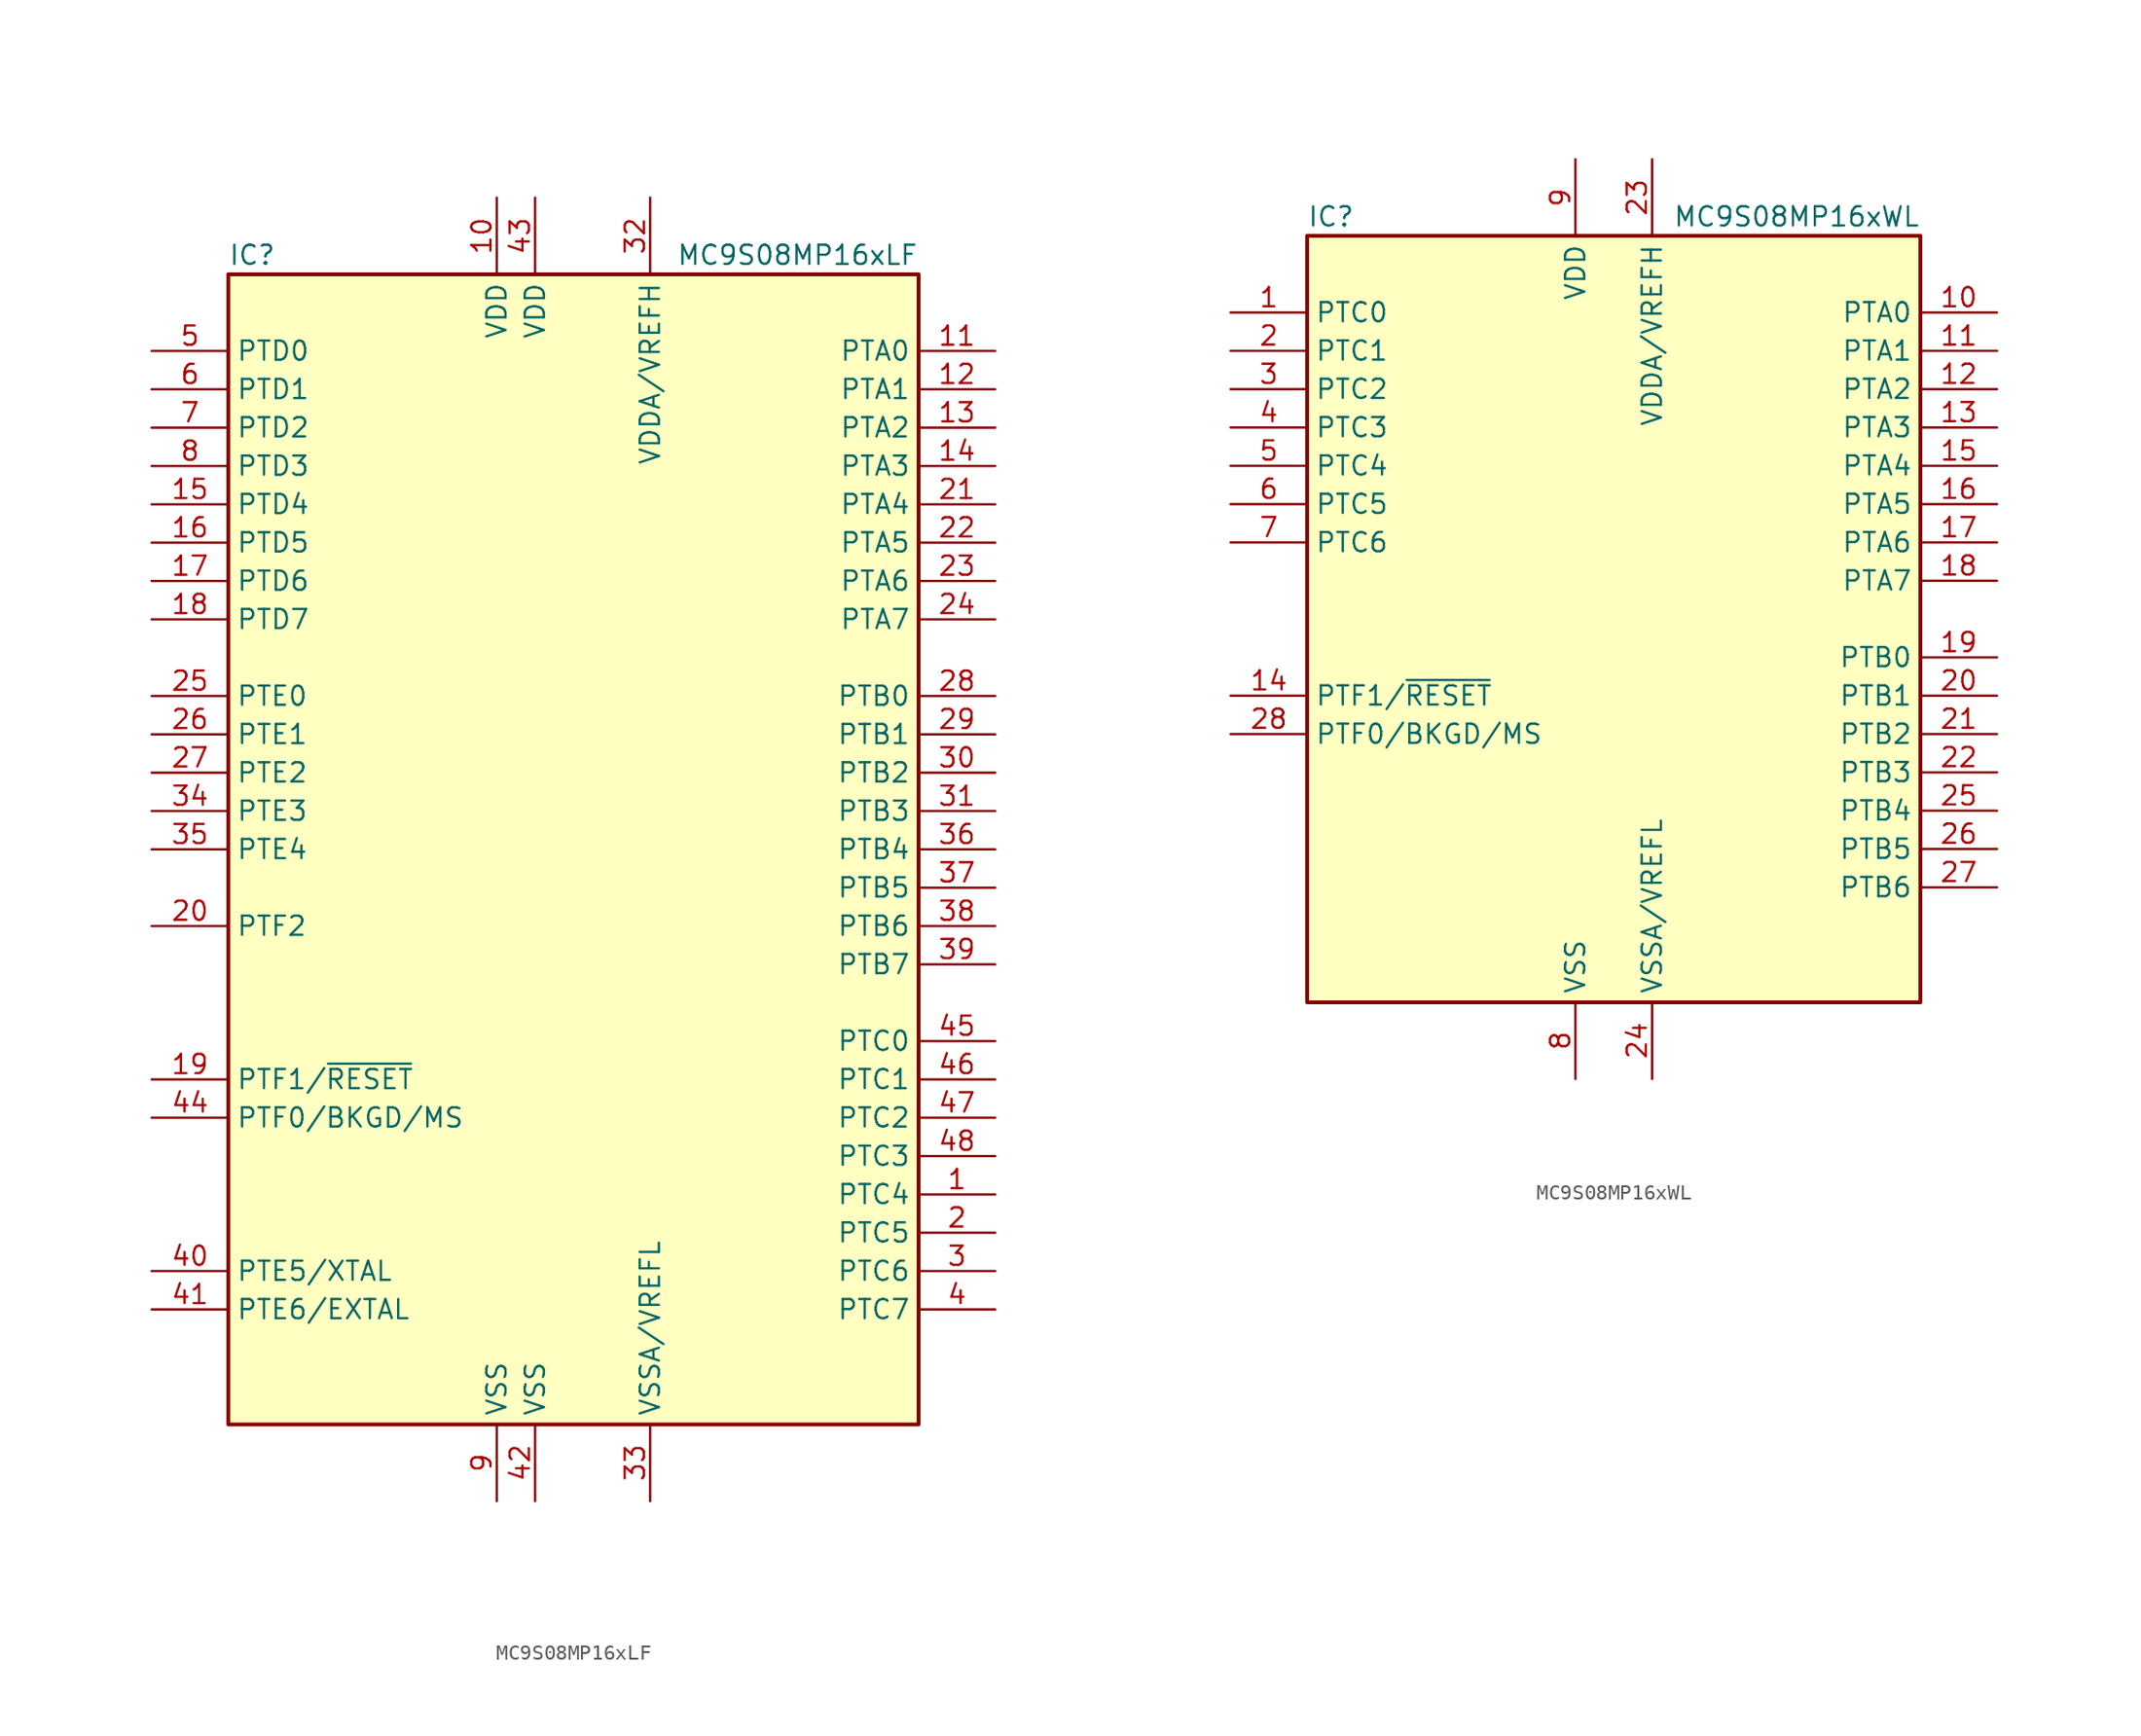
<source format=kicad_sym>
(kicad_symbol_lib
  (version 20220914)
  (generator kicad_symbol_editor)
  (symbol "MC9S08MP16xLF"
    (property "Reference" "IC"
      (at -22.86 39.37 0)
      (effects (font (size 1.27 1.27)) (justify left)))
    (property "Value" "MC9S08MP16xLF"
      (at 22.86 39.37 0)
      (effects (font (size 1.27 1.27)) (justify right)))
    (symbol "MC9S08MP16xLF_0_1"
      (rectangle (start -22.86 38.1) (end 22.86 -38.1) (stroke (width 0.254) (type default)) (fill (type background))))
    (symbol "MC9S08MP16xLF_1_1"
      (pin bidirectional line (at 27.94 -22.86 180) (length 5.08) (name "PTC4" (effects (font (size 1.27 1.27)))) (number "1" (effects (font (size 1.27 1.27)))))
      (pin power_in line (at -5.08 43.18 270) (length 5.08) (name "VDD" (effects (font (size 1.27 1.27)))) (number "10" (effects (font (size 1.27 1.27)))))
      (pin bidirectional line (at 27.94 33.02 180) (length 5.08) (name "PTA0" (effects (font (size 1.27 1.27)))) (number "11" (effects (font (size 1.27 1.27)))))
      (pin bidirectional line (at 27.94 30.48 180) (length 5.08) (name "PTA1" (effects (font (size 1.27 1.27)))) (number "12" (effects (font (size 1.27 1.27)))))
      (pin bidirectional line (at 27.94 27.94 180) (length 5.08) (name "PTA2" (effects (font (size 1.27 1.27)))) (number "13" (effects (font (size 1.27 1.27)))))
      (pin bidirectional line (at 27.94 25.4 180) (length 5.08) (name "PTA3" (effects (font (size 1.27 1.27)))) (number "14" (effects (font (size 1.27 1.27)))))
      (pin bidirectional line (at -27.94 22.86 0) (length 5.08) (name "PTD4" (effects (font (size 1.27 1.27)))) (number "15" (effects (font (size 1.27 1.27)))))
      (pin bidirectional line (at -27.94 20.32 0) (length 5.08) (name "PTD5" (effects (font (size 1.27 1.27)))) (number "16" (effects (font (size 1.27 1.27)))))
      (pin bidirectional line (at -27.94 17.78 0) (length 5.08) (name "PTD6" (effects (font (size 1.27 1.27)))) (number "17" (effects (font (size 1.27 1.27)))))
      (pin bidirectional line (at -27.94 15.24 0) (length 5.08) (name "PTD7" (effects (font (size 1.27 1.27)))) (number "18" (effects (font (size 1.27 1.27)))))
      (pin bidirectional line (at -27.94 -15.24 0) (length 5.08) (name "PTF1/~{RESET}" (effects (font (size 1.27 1.27)))) (number "19" (effects (font (size 1.27 1.27)))))
      (pin bidirectional line (at 27.94 -25.4 180) (length 5.08) (name "PTC5" (effects (font (size 1.27 1.27)))) (number "2" (effects (font (size 1.27 1.27)))))
      (pin bidirectional line (at -27.94 -5.08 0) (length 5.08) (name "PTF2" (effects (font (size 1.27 1.27)))) (number "20" (effects (font (size 1.27 1.27)))))
      (pin bidirectional line (at 27.94 22.86 180) (length 5.08) (name "PTA4" (effects (font (size 1.27 1.27)))) (number "21" (effects (font (size 1.27 1.27)))))
      (pin bidirectional line (at 27.94 20.32 180) (length 5.08) (name "PTA5" (effects (font (size 1.27 1.27)))) (number "22" (effects (font (size 1.27 1.27)))))
      (pin bidirectional line (at 27.94 17.78 180) (length 5.08) (name "PTA6" (effects (font (size 1.27 1.27)))) (number "23" (effects (font (size 1.27 1.27)))))
      (pin bidirectional line (at 27.94 15.24 180) (length 5.08) (name "PTA7" (effects (font (size 1.27 1.27)))) (number "24" (effects (font (size 1.27 1.27)))))
      (pin bidirectional line (at -27.94 10.16 0) (length 5.08) (name "PTE0" (effects (font (size 1.27 1.27)))) (number "25" (effects (font (size 1.27 1.27)))))
      (pin bidirectional line (at -27.94 7.62 0) (length 5.08) (name "PTE1" (effects (font (size 1.27 1.27)))) (number "26" (effects (font (size 1.27 1.27)))))
      (pin bidirectional line (at -27.94 5.08 0) (length 5.08) (name "PTE2" (effects (font (size 1.27 1.27)))) (number "27" (effects (font (size 1.27 1.27)))))
      (pin bidirectional line (at 27.94 10.16 180) (length 5.08) (name "PTB0" (effects (font (size 1.27 1.27)))) (number "28" (effects (font (size 1.27 1.27)))))
      (pin bidirectional line (at 27.94 7.62 180) (length 5.08) (name "PTB1" (effects (font (size 1.27 1.27)))) (number "29" (effects (font (size 1.27 1.27)))))
      (pin bidirectional line (at 27.94 -27.94 180) (length 5.08) (name "PTC6" (effects (font (size 1.27 1.27)))) (number "3" (effects (font (size 1.27 1.27)))))
      (pin bidirectional line (at 27.94 5.08 180) (length 5.08) (name "PTB2" (effects (font (size 1.27 1.27)))) (number "30" (effects (font (size 1.27 1.27)))))
      (pin bidirectional line (at 27.94 2.54 180) (length 5.08) (name "PTB3" (effects (font (size 1.27 1.27)))) (number "31" (effects (font (size 1.27 1.27)))))
      (pin power_in line (at 5.08 43.18 270) (length 5.08) (name "VDDA/VREFH" (effects (font (size 1.27 1.27)))) (number "32" (effects (font (size 1.27 1.27)))))
      (pin power_in line (at 5.08 -43.18 90) (length 5.08) (name "VSSA/VREFL" (effects (font (size 1.27 1.27)))) (number "33" (effects (font (size 1.27 1.27)))))
      (pin bidirectional line (at -27.94 2.54 0) (length 5.08) (name "PTE3" (effects (font (size 1.27 1.27)))) (number "34" (effects (font (size 1.27 1.27)))))
      (pin bidirectional line (at -27.94 0 0) (length 5.08) (name "PTE4" (effects (font (size 1.27 1.27)))) (number "35" (effects (font (size 1.27 1.27)))))
      (pin bidirectional line (at 27.94 0 180) (length 5.08) (name "PTB4" (effects (font (size 1.27 1.27)))) (number "36" (effects (font (size 1.27 1.27)))))
      (pin bidirectional line (at 27.94 -2.54 180) (length 5.08) (name "PTB5" (effects (font (size 1.27 1.27)))) (number "37" (effects (font (size 1.27 1.27)))))
      (pin bidirectional line (at 27.94 -5.08 180) (length 5.08) (name "PTB6" (effects (font (size 1.27 1.27)))) (number "38" (effects (font (size 1.27 1.27)))))
      (pin bidirectional line (at 27.94 -7.62 180) (length 5.08) (name "PTB7" (effects (font (size 1.27 1.27)))) (number "39" (effects (font (size 1.27 1.27)))))
      (pin bidirectional line (at 27.94 -30.48 180) (length 5.08) (name "PTC7" (effects (font (size 1.27 1.27)))) (number "4" (effects (font (size 1.27 1.27)))))
      (pin bidirectional line (at -27.94 -27.94 0) (length 5.08) (name "PTE5/XTAL" (effects (font (size 1.27 1.27)))) (number "40" (effects (font (size 1.27 1.27)))))
      (pin bidirectional line (at -27.94 -30.48 0) (length 5.08) (name "PTE6/EXTAL" (effects (font (size 1.27 1.27)))) (number "41" (effects (font (size 1.27 1.27)))))
      (pin power_in line (at -2.54 -43.18 90) (length 5.08) (name "VSS" (effects (font (size 1.27 1.27)))) (number "42" (effects (font (size 1.27 1.27)))))
      (pin power_in line (at -2.54 43.18 270) (length 5.08) (name "VDD" (effects (font (size 1.27 1.27)))) (number "43" (effects (font (size 1.27 1.27)))))
      (pin bidirectional line (at -27.94 -17.78 0) (length 5.08) (name "PTF0/BKGD/MS" (effects (font (size 1.27 1.27)))) (number "44" (effects (font (size 1.27 1.27)))))
      (pin bidirectional line (at 27.94 -12.7 180) (length 5.08) (name "PTC0" (effects (font (size 1.27 1.27)))) (number "45" (effects (font (size 1.27 1.27)))))
      (pin bidirectional line (at 27.94 -15.24 180) (length 5.08) (name "PTC1" (effects (font (size 1.27 1.27)))) (number "46" (effects (font (size 1.27 1.27)))))
      (pin bidirectional line (at 27.94 -17.78 180) (length 5.08) (name "PTC2" (effects (font (size 1.27 1.27)))) (number "47" (effects (font (size 1.27 1.27)))))
      (pin bidirectional line (at 27.94 -20.32 180) (length 5.08) (name "PTC3" (effects (font (size 1.27 1.27)))) (number "48" (effects (font (size 1.27 1.27)))))
      (pin bidirectional line (at -27.94 33.02 0) (length 5.08) (name "PTD0" (effects (font (size 1.27 1.27)))) (number "5" (effects (font (size 1.27 1.27)))))
      (pin bidirectional line (at -27.94 30.48 0) (length 5.08) (name "PTD1" (effects (font (size 1.27 1.27)))) (number "6" (effects (font (size 1.27 1.27)))))
      (pin bidirectional line (at -27.94 27.94 0) (length 5.08) (name "PTD2" (effects (font (size 1.27 1.27)))) (number "7" (effects (font (size 1.27 1.27)))))
      (pin bidirectional line (at -27.94 25.4 0) (length 5.08) (name "PTD3" (effects (font (size 1.27 1.27)))) (number "8" (effects (font (size 1.27 1.27)))))
      (pin power_in line (at -5.08 -43.18 90) (length 5.08) (name "VSS" (effects (font (size 1.27 1.27)))) (number "9" (effects (font (size 1.27 1.27)))))))
  (symbol "MC9S08MP16xWL"
    (property "Reference" "IC"
      (at -20.32 26.67 0)
      (effects (font (size 1.27 1.27)) (justify left)))
    (property "Value" "MC9S08MP16xWL"
      (at 20.32 26.67 0)
      (effects (font (size 1.27 1.27)) (justify right)))
    (symbol "MC9S08MP16xWL_0_1"
      (rectangle (start -20.32 25.4) (end 20.32 -25.4) (stroke (width 0.254) (type default)) (fill (type background))))
    (symbol "MC9S08MP16xWL_1_1"
      (pin bidirectional line (at -25.4 20.32 0) (length 5.08) (name "PTC0" (effects (font (size 1.27 1.27)))) (number "1" (effects (font (size 1.27 1.27)))))
      (pin bidirectional line (at 25.4 20.32 180) (length 5.08) (name "PTA0" (effects (font (size 1.27 1.27)))) (number "10" (effects (font (size 1.27 1.27)))))
      (pin bidirectional line (at 25.4 17.78 180) (length 5.08) (name "PTA1" (effects (font (size 1.27 1.27)))) (number "11" (effects (font (size 1.27 1.27)))))
      (pin bidirectional line (at 25.4 15.24 180) (length 5.08) (name "PTA2" (effects (font (size 1.27 1.27)))) (number "12" (effects (font (size 1.27 1.27)))))
      (pin bidirectional line (at 25.4 12.7 180) (length 5.08) (name "PTA3" (effects (font (size 1.27 1.27)))) (number "13" (effects (font (size 1.27 1.27)))))
      (pin bidirectional line (at -25.4 -5.08 0) (length 5.08) (name "PTF1/~{RESET}" (effects (font (size 1.27 1.27)))) (number "14" (effects (font (size 1.27 1.27)))))
      (pin bidirectional line (at 25.4 10.16 180) (length 5.08) (name "PTA4" (effects (font (size 1.27 1.27)))) (number "15" (effects (font (size 1.27 1.27)))))
      (pin bidirectional line (at 25.4 7.62 180) (length 5.08) (name "PTA5" (effects (font (size 1.27 1.27)))) (number "16" (effects (font (size 1.27 1.27)))))
      (pin bidirectional line (at 25.4 5.08 180) (length 5.08) (name "PTA6" (effects (font (size 1.27 1.27)))) (number "17" (effects (font (size 1.27 1.27)))))
      (pin bidirectional line (at 25.4 2.54 180) (length 5.08) (name "PTA7" (effects (font (size 1.27 1.27)))) (number "18" (effects (font (size 1.27 1.27)))))
      (pin bidirectional line (at 25.4 -2.54 180) (length 5.08) (name "PTB0" (effects (font (size 1.27 1.27)))) (number "19" (effects (font (size 1.27 1.27)))))
      (pin bidirectional line (at -25.4 17.78 0) (length 5.08) (name "PTC1" (effects (font (size 1.27 1.27)))) (number "2" (effects (font (size 1.27 1.27)))))
      (pin bidirectional line (at 25.4 -5.08 180) (length 5.08) (name "PTB1" (effects (font (size 1.27 1.27)))) (number "20" (effects (font (size 1.27 1.27)))))
      (pin bidirectional line (at 25.4 -7.62 180) (length 5.08) (name "PTB2" (effects (font (size 1.27 1.27)))) (number "21" (effects (font (size 1.27 1.27)))))
      (pin bidirectional line (at 25.4 -10.16 180) (length 5.08) (name "PTB3" (effects (font (size 1.27 1.27)))) (number "22" (effects (font (size 1.27 1.27)))))
      (pin power_in line (at 2.54 30.48 270) (length 5.08) (name "VDDA/VREFH" (effects (font (size 1.27 1.27)))) (number "23" (effects (font (size 1.27 1.27)))))
      (pin power_in line (at 2.54 -30.48 90) (length 5.08) (name "VSSA/VREFL" (effects (font (size 1.27 1.27)))) (number "24" (effects (font (size 1.27 1.27)))))
      (pin bidirectional line (at 25.4 -12.7 180) (length 5.08) (name "PTB4" (effects (font (size 1.27 1.27)))) (number "25" (effects (font (size 1.27 1.27)))))
      (pin bidirectional line (at 25.4 -15.24 180) (length 5.08) (name "PTB5" (effects (font (size 1.27 1.27)))) (number "26" (effects (font (size 1.27 1.27)))))
      (pin bidirectional line (at 25.4 -17.78 180) (length 5.08) (name "PTB6" (effects (font (size 1.27 1.27)))) (number "27" (effects (font (size 1.27 1.27)))))
      (pin bidirectional line (at -25.4 -7.62 0) (length 5.08) (name "PTF0/BKGD/MS" (effects (font (size 1.27 1.27)))) (number "28" (effects (font (size 1.27 1.27)))))
      (pin bidirectional line (at -25.4 15.24 0) (length 5.08) (name "PTC2" (effects (font (size 1.27 1.27)))) (number "3" (effects (font (size 1.27 1.27)))))
      (pin bidirectional line (at -25.4 12.7 0) (length 5.08) (name "PTC3" (effects (font (size 1.27 1.27)))) (number "4" (effects (font (size 1.27 1.27)))))
      (pin bidirectional line (at -25.4 10.16 0) (length 5.08) (name "PTC4" (effects (font (size 1.27 1.27)))) (number "5" (effects (font (size 1.27 1.27)))))
      (pin bidirectional line (at -25.4 7.62 0) (length 5.08) (name "PTC5" (effects (font (size 1.27 1.27)))) (number "6" (effects (font (size 1.27 1.27)))))
      (pin bidirectional line (at -25.4 5.08 0) (length 5.08) (name "PTC6" (effects (font (size 1.27 1.27)))) (number "7" (effects (font (size 1.27 1.27)))))
      (pin power_in line (at -2.54 -30.48 90) (length 5.08) (name "VSS" (effects (font (size 1.27 1.27)))) (number "8" (effects (font (size 1.27 1.27)))))
      (pin power_in line (at -2.54 30.48 270) (length 5.08) (name "VDD" (effects (font (size 1.27 1.27)))) (number "9" (effects (font (size 1.27 1.27))))))))
</source>
